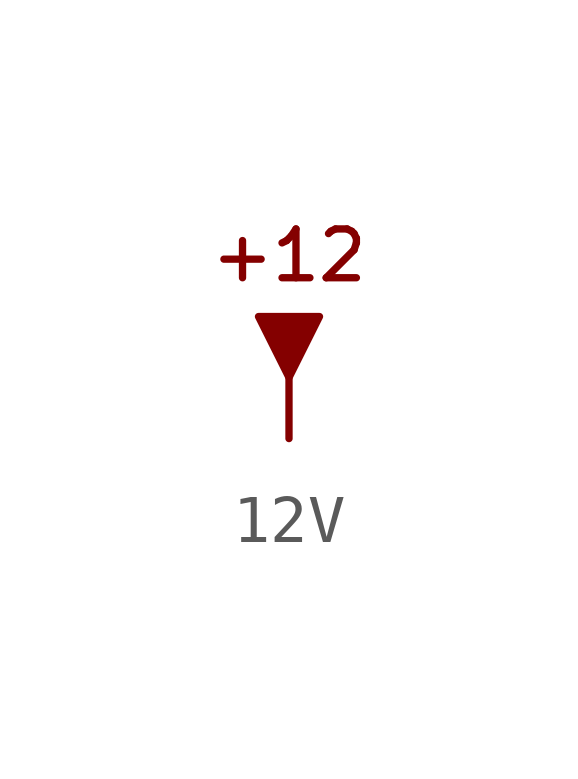
<source format=kicad_sym>
(kicad_symbol_lib
  (version 20211014)
  (generator kicad_symbol_editor)
  (symbol "12V"
    (power)
    (pin_numbers hide)
    (pin_names
      (offset 0) hide)
    (property "Reference" "#PWR"
      (at 0 -1.27 0)
      (effects (font (size 1.524 1.524)) hide))
    (symbol "12V_0_0"
      (text "+12" (at 0 3.81 0) (effects (font (size 1.016 1.016)))))
    (symbol "12V_0_1"
      (polyline (pts (xy 0 1.27) (xy 0.635 2.54) (xy -0.635 2.54) (xy 0 1.27)) (stroke (width 0) (type default) (color 0 0 0 0)) (fill (type outline))))
    (symbol "12V_1_1"
      (pin power_in line (at 0 0 90) (length 1.27) (name "~" (effects (font (size 1.27 1.27)))) (number "~" (effects (font (size 1.27 1.27))))))))
</source>
